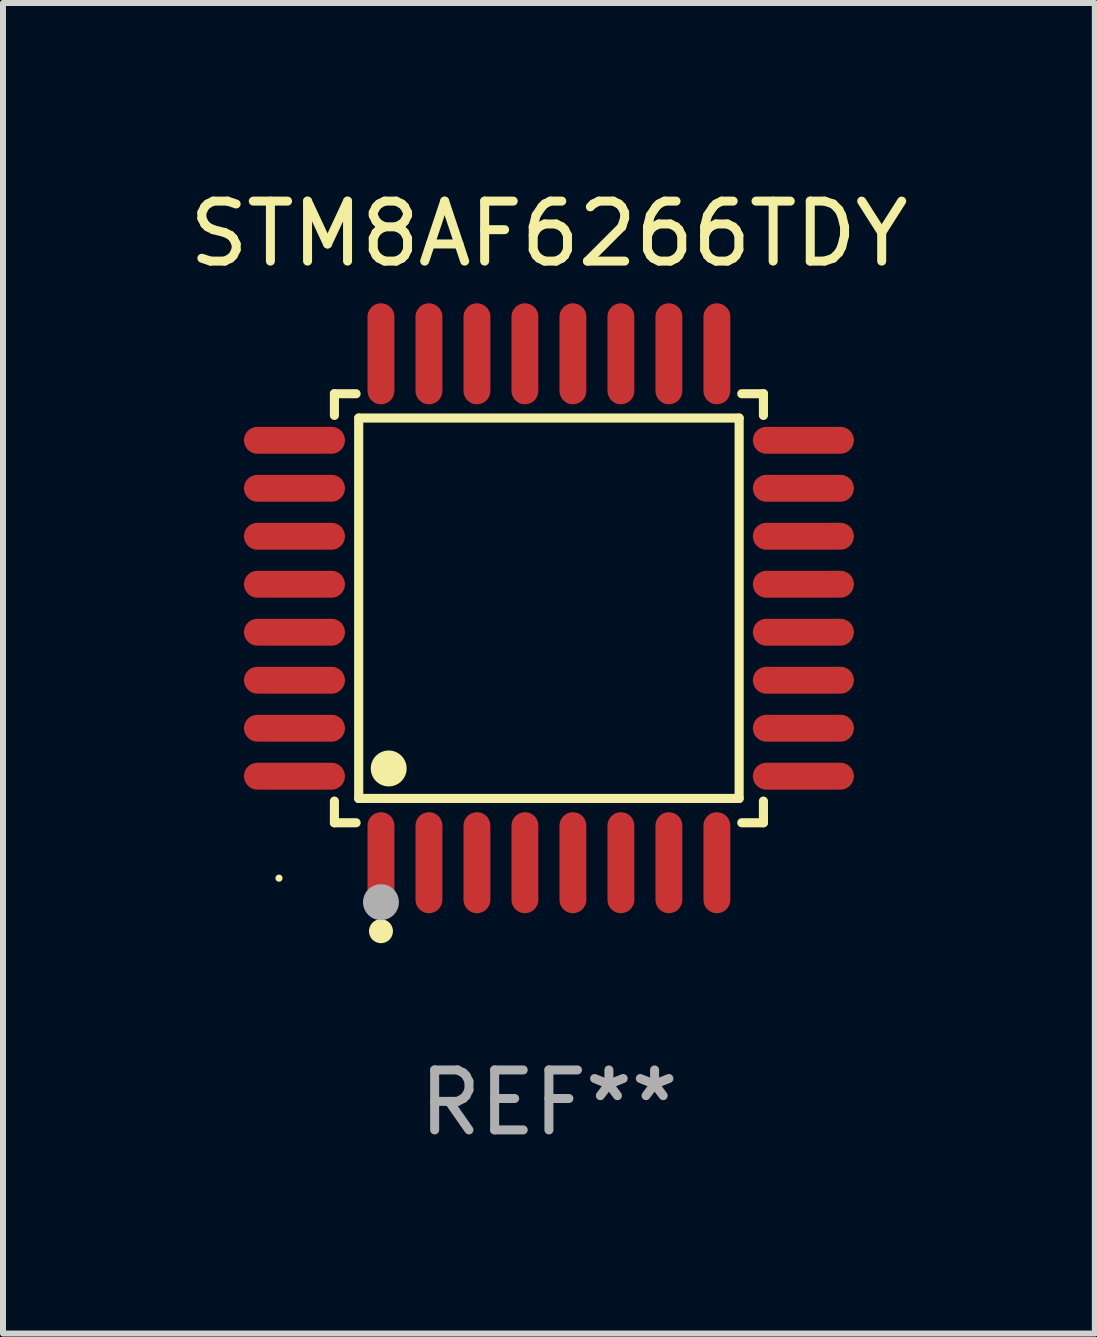
<source format=kicad_pcb>
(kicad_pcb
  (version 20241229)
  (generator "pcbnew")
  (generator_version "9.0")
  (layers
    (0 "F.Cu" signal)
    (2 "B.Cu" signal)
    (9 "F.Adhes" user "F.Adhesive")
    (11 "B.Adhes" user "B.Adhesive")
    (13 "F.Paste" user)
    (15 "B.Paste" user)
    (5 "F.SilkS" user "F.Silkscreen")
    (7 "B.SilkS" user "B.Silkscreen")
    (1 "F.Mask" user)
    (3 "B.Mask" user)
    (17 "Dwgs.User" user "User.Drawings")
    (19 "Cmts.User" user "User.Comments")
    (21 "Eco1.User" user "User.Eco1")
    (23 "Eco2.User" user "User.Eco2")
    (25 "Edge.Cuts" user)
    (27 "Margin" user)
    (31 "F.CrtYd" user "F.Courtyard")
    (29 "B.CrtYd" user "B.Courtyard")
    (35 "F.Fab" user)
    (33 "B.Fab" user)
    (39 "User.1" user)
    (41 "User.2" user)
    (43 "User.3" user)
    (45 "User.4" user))
  (footprint "STM8AF6266TDY"
    (layer "F.Cu")
    (at 6.101 7.09)
    (property "Reference" "STM8AF6266TDY" (at 0 -6.242 0) (layer "F.SilkS") (effects (font (size 1 1) (thickness 0.15))))
    (attr through_hole)
    (fp_line (start -3.576 -3.576) (end -3.215 -3.576) (stroke (width 0.152) (type solid)) (layer "F.SilkS"))
    (fp_line (start -3.576 -3.215) (end -3.576 -3.576) (stroke (width 0.152) (type solid)) (layer "F.SilkS"))
    (fp_line (start -3.576 3.215) (end -3.576 3.576) (stroke (width 0.152) (type solid)) (layer "F.SilkS"))
    (fp_line (start -3.576 3.576) (end -3.215 3.576) (stroke (width 0.152) (type solid)) (layer "F.SilkS"))
    (fp_line (start -3.171 -3.171) (end 3.171 -3.171) (stroke (width 0.152) (type solid)) (layer "F.SilkS"))
    (fp_line (start -3.171 3.171) (end -3.171 -3.171) (stroke (width 0.152) (type solid)) (layer "F.SilkS"))
    (fp_line (start 3.171 -3.171) (end 3.171 3.171) (stroke (width 0.152) (type solid)) (layer "F.SilkS"))
    (fp_line (start 3.171 3.171) (end -3.171 3.171) (stroke (width 0.152) (type solid)) (layer "F.SilkS"))
    (fp_line (start 3.576 -3.576) (end 3.215 -3.576) (stroke (width 0.152) (type solid)) (layer "F.SilkS"))
    (fp_line (start 3.576 -3.215) (end 3.576 -3.576) (stroke (width 0.152) (type solid)) (layer "F.SilkS"))
    (fp_line (start 3.576 3.215) (end 3.576 3.576) (stroke (width 0.152) (type solid)) (layer "F.SilkS"))
    (fp_line (start 3.576 3.576) (end 3.215 3.576) (stroke (width 0.152) (type solid)) (layer "F.SilkS"))
    (fp_circle (center -4.5 4.5) (end -4.47 4.5) (stroke (width 0.06) (type solid)) (fill no) (layer "F.SilkS"))
    (fp_circle (center -2.8 5.384) (end -2.7 5.384) (stroke (width 0.2) (type solid)) (fill no) (layer "F.SilkS"))
    (fp_circle (center -2.671 2.671) (end -2.521 2.671) (stroke (width 0.3) (type solid)) (fill no) (layer "F.SilkS"))
    (fp_circle (center -2.8 4.9) (end -2.65 4.9) (stroke (width 0.3) (type solid)) (fill no) (layer "F.Fab"))
    (fp_text user "REF**" (at 0 8.242 0) (layer "F.Fab") (effects (font (size 1 1) (thickness 0.15))))
    (pad "1" smd oval (at -2.8 4.242) (size 0.448 1.684) (layers "F.Cu" "F.Mask" "F.Paste"))
    (pad "2" smd oval (at -2 4.242) (size 0.448 1.684) (layers "F.Cu" "F.Mask" "F.Paste"))
    (pad "3" smd oval (at -1.2 4.242) (size 0.448 1.684) (layers "F.Cu" "F.Mask" "F.Paste"))
    (pad "4" smd oval (at -0.4 4.242) (size 0.448 1.684) (layers "F.Cu" "F.Mask" "F.Paste"))
    (pad "5" smd oval (at 0.4 4.242) (size 0.448 1.684) (layers "F.Cu" "F.Mask" "F.Paste"))
    (pad "6" smd oval (at 1.2 4.242) (size 0.448 1.684) (layers "F.Cu" "F.Mask" "F.Paste"))
    (pad "7" smd oval (at 2 4.242) (size 0.448 1.684) (layers "F.Cu" "F.Mask" "F.Paste"))
    (pad "8" smd oval (at 2.8 4.242) (size 0.448 1.684) (layers "F.Cu" "F.Mask" "F.Paste"))
    (pad "9" smd oval (at 4.242 2.8) (size 1.684 0.448) (layers "F.Cu" "F.Mask" "F.Paste"))
    (pad "10" smd oval (at 4.242 2) (size 1.684 0.448) (layers "F.Cu" "F.Mask" "F.Paste"))
    (pad "11" smd oval (at 4.242 1.2) (size 1.684 0.448) (layers "F.Cu" "F.Mask" "F.Paste"))
    (pad "12" smd oval (at 4.242 0.4) (size 1.684 0.448) (layers "F.Cu" "F.Mask" "F.Paste"))
    (pad "13" smd oval (at 4.242 -0.4) (size 1.684 0.448) (layers "F.Cu" "F.Mask" "F.Paste"))
    (pad "14" smd oval (at 4.242 -1.2) (size 1.684 0.448) (layers "F.Cu" "F.Mask" "F.Paste"))
    (pad "15" smd oval (at 4.242 -2) (size 1.684 0.448) (layers "F.Cu" "F.Mask" "F.Paste"))
    (pad "16" smd oval (at 4.242 -2.8) (size 1.684 0.448) (layers "F.Cu" "F.Mask" "F.Paste"))
    (pad "17" smd oval (at 2.8 -4.242) (size 0.448 1.684) (layers "F.Cu" "F.Mask" "F.Paste"))
    (pad "18" smd oval (at 2 -4.242) (size 0.448 1.684) (layers "F.Cu" "F.Mask" "F.Paste"))
    (pad "19" smd oval (at 1.2 -4.242) (size 0.448 1.684) (layers "F.Cu" "F.Mask" "F.Paste"))
    (pad "20" smd oval (at 0.4 -4.242) (size 0.448 1.684) (layers "F.Cu" "F.Mask" "F.Paste"))
    (pad "21" smd oval (at -0.4 -4.242) (size 0.448 1.684) (layers "F.Cu" "F.Mask" "F.Paste"))
    (pad "22" smd oval (at -1.2 -4.242) (size 0.448 1.684) (layers "F.Cu" "F.Mask" "F.Paste"))
    (pad "23" smd oval (at -2 -4.242) (size 0.448 1.684) (layers "F.Cu" "F.Mask" "F.Paste"))
    (pad "24" smd oval (at -2.8 -4.242) (size 0.448 1.684) (layers "F.Cu" "F.Mask" "F.Paste"))
    (pad "25" smd oval (at -4.242 -2.8) (size 1.684 0.448) (layers "F.Cu" "F.Mask" "F.Paste"))
    (pad "26" smd oval (at -4.242 -2) (size 1.684 0.448) (layers "F.Cu" "F.Mask" "F.Paste"))
    (pad "27" smd oval (at -4.242 -1.2) (size 1.684 0.448) (layers "F.Cu" "F.Mask" "F.Paste"))
    (pad "28" smd oval (at -4.242 -0.4) (size 1.684 0.448) (layers "F.Cu" "F.Mask" "F.Paste"))
    (pad "29" smd oval (at -4.242 0.4) (size 1.684 0.448) (layers "F.Cu" "F.Mask" "F.Paste"))
    (pad "30" smd oval (at -4.242 1.2) (size 1.684 0.448) (layers "F.Cu" "F.Mask" "F.Paste"))
    (pad "31" smd oval (at -4.242 2) (size 1.684 0.448) (layers "F.Cu" "F.Mask" "F.Paste"))
    (pad "32" smd oval (at -4.242 2.8) (size 1.684 0.448) (layers "F.Cu" "F.Mask" "F.Paste")))
  (gr_rect
    (start -3 -3)
    (end 15.202 19.181)
    (stroke (width 0.1) (type default))
    (fill no)
    (layer "Edge.Cuts")))
</source>
